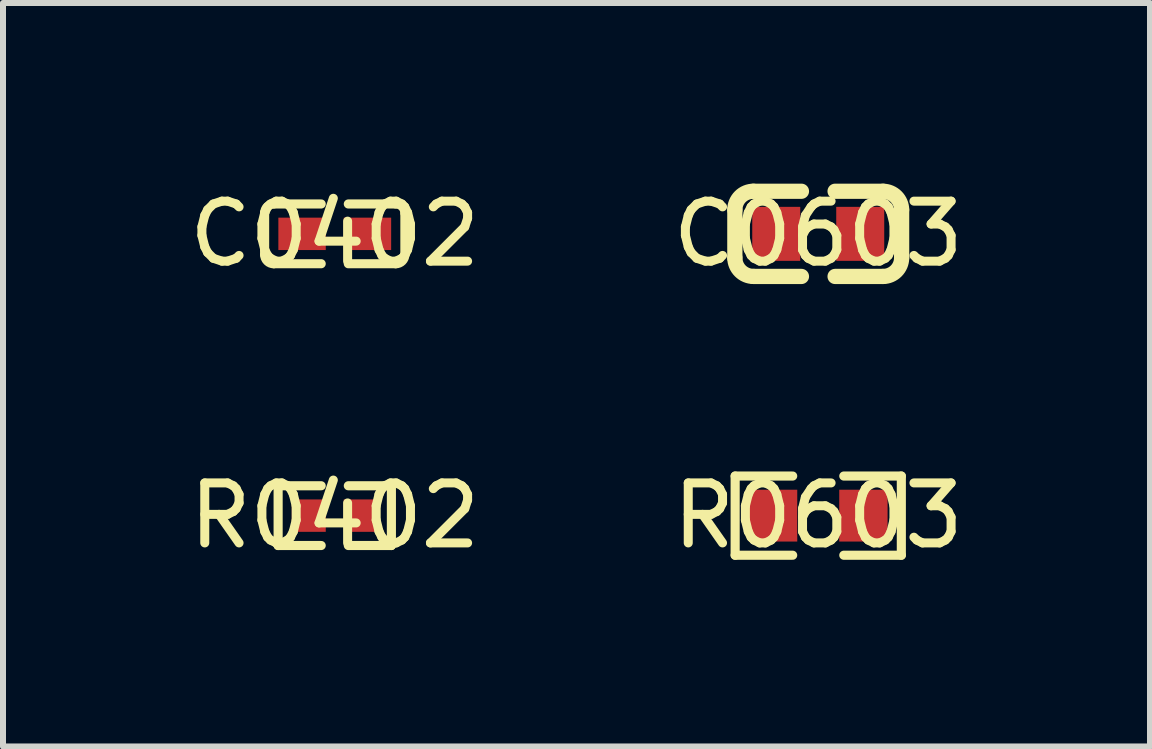
<source format=kicad_pcb>
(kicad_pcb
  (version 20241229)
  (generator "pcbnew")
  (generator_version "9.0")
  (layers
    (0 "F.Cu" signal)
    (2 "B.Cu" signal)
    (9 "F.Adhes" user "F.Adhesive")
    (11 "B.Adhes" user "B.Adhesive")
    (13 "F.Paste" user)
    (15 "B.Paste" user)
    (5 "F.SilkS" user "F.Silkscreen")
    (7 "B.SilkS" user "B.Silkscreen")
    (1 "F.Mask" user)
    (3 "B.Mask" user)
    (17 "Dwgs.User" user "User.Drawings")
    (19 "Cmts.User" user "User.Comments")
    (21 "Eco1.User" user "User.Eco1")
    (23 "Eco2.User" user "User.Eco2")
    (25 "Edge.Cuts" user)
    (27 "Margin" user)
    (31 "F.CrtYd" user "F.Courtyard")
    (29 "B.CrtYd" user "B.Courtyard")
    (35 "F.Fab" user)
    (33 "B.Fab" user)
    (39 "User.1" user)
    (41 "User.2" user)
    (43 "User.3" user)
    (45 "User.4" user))
  (footprint "C0402"
    (layer "F.Cu")
    (at 2.53 0.848)
    (property "Reference" "C0402" (at 0 0 0) (layer "F.SilkS") (effects (font (size 1 1) (thickness 0.15))))
    (fp_line (start -1.169 0.346) (end -1.169 -0.346) (stroke (width 0.152) (type default)) (layer "F.SilkS"))
    (fp_line (start -1.016 -0.498) (end -0.226 -0.498) (stroke (width 0.152) (type default)) (layer "F.SilkS"))
    (fp_line (start -0.226 0.498) (end -1.016 0.498) (stroke (width 0.152) (type default)) (layer "F.SilkS"))
    (fp_line (start 0.226 0.498) (end 1.016 0.498) (stroke (width 0.152) (type default)) (layer "F.SilkS"))
    (fp_line (start 1.016 -0.498) (end 0.226 -0.498) (stroke (width 0.152) (type default)) (layer "F.SilkS"))
    (fp_line (start 1.169 0.346) (end 1.169 -0.346) (stroke (width 0.152) (type default)) (layer "F.SilkS"))
    (fp_arc (start -1.1685 -0.346) (mid -1.12398 -0.45348) (end -1.0165 -0.4985) (stroke (width 0.1525) (type default)) (layer "F.SilkS"))
    (fp_arc (start -1.0165 0.4985) (mid -1.124334 0.453834) (end -1.1685 0.346) (stroke (width 0.1525) (type default)) (layer "F.SilkS"))
    (fp_arc (start 1.0165 -0.4985) (mid 1.124334 -0.453834) (end 1.1685 -0.346) (stroke (width 0.1525) (type default)) (layer "F.SilkS"))
    (fp_arc (start 1.1685 0.346) (mid 1.12398 0.45348) (end 1.0165 0.4985) (stroke (width 0.1525) (type default)) (layer "F.SilkS"))
    (fp_poly (pts (xy -0.18 -0.225) (xy -0.18 0.225) (xy -0.25 0.275) (xy -0.73 0.275) (xy -0.78 0.225) (xy -0.78 -0.225) (xy -0.73 -0.275) (xy -0.25 -0.275)) (stroke (width 0) (type default)) (fill yes) (layer "F.Paste"))
    (fp_poly (pts (xy 0.78 -0.225) (xy 0.78 0.225) (xy 0.73 0.275) (xy 0.25 0.275) (xy 0.18 0.225) (xy 0.18 -0.225) (xy 0.25 -0.275) (xy 0.73 -0.275)) (stroke (width 0) (type default)) (fill yes) (layer "F.Paste"))
    (fp_poly (pts (xy -0.5 0.25) (xy -0.5 -0.25) (xy -0.25 -0.25) (xy -0.25 0.25)) (stroke (width 0.1) (type default)) (fill no) (layer "User.1"))
    (fp_poly (pts (xy 0.5 0.25) (xy 0.5 -0.25) (xy 0.25 -0.25) (xy 0.25 0.25)) (stroke (width 0.1) (type default)) (fill no) (layer "User.1"))
    (fp_line (start -0.5 -0.25) (end 0.5 -0.25) (stroke (width 0.051) (type default)) (layer "User.2"))
    (fp_line (start -0.5 0.25) (end -0.5 -0.25) (stroke (width 0.051) (type default)) (layer "User.2"))
    (fp_line (start 0.5 -0.25) (end 0.5 0.25) (stroke (width 0.051) (type default)) (layer "User.2"))
    (fp_line (start 0.5 0.25) (end -0.5 0.25) (stroke (width 0.051) (type default)) (layer "User.2"))
    (fp_poly (pts (xy -0.44 0.25) (xy -0.458 0.208) (xy -0.5 0.19) (xy -0.542 0.208) (xy -0.56 0.25) (xy -0.542 0.292) (xy -0.5 0.31) (xy -0.458 0.292)) (stroke (width 0.1) (type default)) (fill no) (layer "User.3"))
    (pad "1" smd rect (at -0.545 0) (size 0.79 0.54) (layers "F.Cu" "F.Mask" "F.Paste"))
    (pad "2" smd rect (at 0.545 0) (size 0.79 0.54) (layers "F.Cu" "F.Mask" "F.Paste")))
  (footprint "R0603"
    (layer "F.Cu")
    (at 10.589 5.545)
    (property "Reference" "R0603" (at 0 0 0) (layer "F.SilkS") (effects (font (size 1 1) (thickness 0.15))))
    (fp_line (start -1.385 -0.66) (end -0.426 -0.66) (stroke (width 0.152) (type default)) (layer "F.SilkS"))
    (fp_line (start -1.385 0.66) (end -1.385 -0.66) (stroke (width 0.152) (type default)) (layer "F.SilkS"))
    (fp_line (start -0.426 0.66) (end -1.385 0.66) (stroke (width 0.152) (type default)) (layer "F.SilkS"))
    (fp_line (start 0.426 0.66) (end 1.385 0.66) (stroke (width 0.152) (type default)) (layer "F.SilkS"))
    (fp_line (start 1.385 -0.66) (end 0.426 -0.66) (stroke (width 0.152) (type default)) (layer "F.SilkS"))
    (fp_line (start 1.385 0.66) (end 1.385 -0.66) (stroke (width 0.152) (type default)) (layer "F.SilkS"))
    (fp_poly (pts (xy -1.195 0.45) (xy -0.395 0.45) (xy -0.345 0.4) (xy -0.345 0.172) (xy -0.715 0.172) (xy -0.715 -0.158) (xy -0.345 -0.158) (xy -0.345 -0.4) (xy -0.395 -0.45) (xy -1.195 -0.45) (xy -1.245 -0.4) (xy -1.245 0.4)) (stroke (width 0) (type default)) (fill yes) (layer "F.Paste"))
    (fp_poly (pts (xy 1.195 -0.45) (xy 0.395 -0.45) (xy 0.345 -0.4) (xy 0.345 -0.172) (xy 0.715 -0.172) (xy 0.715 0.158) (xy 0.345 0.158) (xy 0.345 0.4) (xy 0.395 0.45) (xy 1.195 0.45) (xy 1.245 0.4) (xy 1.245 -0.4)) (stroke (width 0) (type default)) (fill yes) (layer "F.Paste"))
    (fp_poly (pts (xy -0.8 0.4) (xy -0.8 -0.4) (xy -0.5 -0.4) (xy -0.5 0.4)) (stroke (width 0.1) (type default)) (fill no) (layer "User.1"))
    (fp_poly (pts (xy 0.8 0.4) (xy 0.8 -0.4) (xy 0.5 -0.4) (xy 0.5 0.4)) (stroke (width 0.1) (type default)) (fill no) (layer "User.1"))
    (fp_line (start -0.8 -0.4) (end 0.8 -0.4) (stroke (width 0.051) (type default)) (layer "User.2"))
    (fp_line (start -0.8 0.4) (end -0.8 -0.4) (stroke (width 0.051) (type default)) (layer "User.2"))
    (fp_line (start 0.8 -0.4) (end 0.8 0.4) (stroke (width 0.051) (type default)) (layer "User.2"))
    (fp_line (start 0.8 0.4) (end -0.8 0.4) (stroke (width 0.051) (type default)) (layer "User.2"))
    (fp_poly (pts (xy -0.74 0.4) (xy -0.758 0.358) (xy -0.8 0.34) (xy -0.842 0.358) (xy -0.86 0.4) (xy -0.842 0.442) (xy -0.8 0.46) (xy -0.758 0.442)) (stroke (width 0.1) (type default)) (fill no) (layer "User.3"))
    (pad "1" smd rect (at -0.753 0) (size 0.806 0.864) (layers "F.Cu" "F.Mask" "F.Paste"))
    (pad "2" smd rect (at 0.753 0) (size 0.806 0.864) (layers "F.Cu" "F.Mask" "F.Paste")))
  (footprint "C0603"
    (layer "F.Cu")
    (at 10.589 0.848)
    (property "Reference" "C0603" (at 0 0 0) (layer "F.SilkS") (effects (font (size 1 1) (thickness 0.15))))
    (fp_line (start -1.39 0.4) (end -1.39 -0.401) (stroke (width 0.254) (type default)) (layer "F.SilkS"))
    (fp_line (start -0.28 -0.71) (end -1.08 -0.71) (stroke (width 0.254) (type default)) (layer "F.SilkS"))
    (fp_line (start -0.28 0.71) (end -1.08 0.71) (stroke (width 0.254) (type default)) (layer "F.SilkS"))
    (fp_line (start 0.281 -0.71) (end 1.08 -0.71) (stroke (width 0.254) (type default)) (layer "F.SilkS"))
    (fp_line (start 0.281 0.71) (end 1.08 0.71) (stroke (width 0.254) (type default)) (layer "F.SilkS"))
    (fp_line (start 1.39 -0.4) (end 1.39 0.401) (stroke (width 0.254) (type default)) (layer "F.SilkS"))
    (fp_arc (start -1.39 -0.4) (mid -1.29938 -0.619527) (end -1.08 -0.71) (stroke (width 0.254) (type default)) (layer "F.SilkS"))
    (fp_arc (start -1.08 0.7095) (mid -1.299203 0.618703) (end -1.39 0.3995) (stroke (width 0.254) (type default)) (layer "F.SilkS"))
    (fp_arc (start 1.08 -0.7095) (mid 1.29885 -0.61885) (end 1.39 -0.4) (stroke (width 0.254) (type default)) (layer "F.SilkS"))
    (fp_arc (start 1.39 0.4) (mid 1.299203 0.619203) (end 1.08 0.71) (stroke (width 0.254) (type default)) (layer "F.SilkS"))
    (fp_poly (pts (xy -0.8 0.4) (xy -0.8 -0.4) (xy -0.5 -0.4) (xy -0.5 0.4)) (stroke (width 0.1) (type default)) (fill no) (layer "User.1"))
    (fp_poly (pts (xy 0.8 0.4) (xy 0.8 -0.4) (xy 0.5 -0.4) (xy 0.5 0.4)) (stroke (width 0.1) (type default)) (fill no) (layer "User.1"))
    (fp_line (start -0.8 -0.4) (end 0.8 -0.4) (stroke (width 0.051) (type default)) (layer "User.2"))
    (fp_line (start -0.8 0.4) (end -0.8 -0.4) (stroke (width 0.051) (type default)) (layer "User.2"))
    (fp_line (start 0.8 -0.4) (end 0.8 0.4) (stroke (width 0.051) (type default)) (layer "User.2"))
    (fp_line (start 0.8 0.4) (end -0.8 0.4) (stroke (width 0.051) (type default)) (layer "User.2"))
    (fp_poly (pts (xy -0.74 0.4) (xy -0.758 0.358) (xy -0.8 0.34) (xy -0.842 0.358) (xy -0.86 0.4) (xy -0.842 0.442) (xy -0.8 0.46) (xy -0.758 0.442)) (stroke (width 0.1) (type default)) (fill no) (layer "User.3"))
    (pad "1" smd rect (at -0.7 0) (size 0.8 0.9) (layers "F.Cu" "F.Mask" "F.Paste"))
    (pad "2" smd rect (at 0.7 0) (size 0.8 0.9) (layers "F.Cu" "F.Mask" "F.Paste")))
  (footprint "R0402"
    (layer "F.Cu")
    (at 2.53 5.545)
    (property "Reference" "R0402" (at 0 0 0) (layer "F.SilkS") (effects (font (size 1 1) (thickness 0.15))))
    (fp_line (start -0.944 -0.498) (end -0.226 -0.498) (stroke (width 0.152) (type default)) (layer "F.SilkS"))
    (fp_line (start -0.944 0.498) (end -0.944 -0.498) (stroke (width 0.152) (type default)) (layer "F.SilkS"))
    (fp_line (start -0.226 0.498) (end -0.944 0.498) (stroke (width 0.152) (type default)) (layer "F.SilkS"))
    (fp_line (start 0.226 0.498) (end 0.944 0.498) (stroke (width 0.152) (type default)) (layer "F.SilkS"))
    (fp_line (start 0.944 -0.498) (end 0.226 -0.498) (stroke (width 0.152) (type default)) (layer "F.SilkS"))
    (fp_line (start 0.944 0.498) (end 0.944 -0.498) (stroke (width 0.152) (type default)) (layer "F.SilkS"))
    (fp_poly (pts (xy -0.135 0.23) (xy -0.135 -0.23) (xy -0.175 -0.27) (xy -0.675 -0.27) (xy -0.716 -0.23) (xy -0.716 0.23) (xy -0.675 0.27) (xy -0.175 0.27)) (stroke (width 0) (type default)) (fill yes) (layer "F.Paste"))
    (fp_poly (pts (xy 0.135 0.23) (xy 0.135 -0.23) (xy 0.175 -0.27) (xy 0.675 -0.27) (xy 0.716 -0.23) (xy 0.716 0.23) (xy 0.675 0.27) (xy 0.175 0.27)) (stroke (width 0) (type default)) (fill yes) (layer "F.Paste"))
    (fp_poly (pts (xy -0.249 -0.25) (xy -0.249 0.25) (xy -0.499 0.25) (xy -0.499 -0.25)) (stroke (width 0.1) (type default)) (fill no) (layer "User.1"))
    (fp_poly (pts (xy 0.252 0.25) (xy 0.252 -0.25) (xy 0.501 -0.25) (xy 0.501 0.25)) (stroke (width 0.1) (type default)) (fill no) (layer "User.1"))
    (fp_line (start -0.5 -0.25) (end 0.5 -0.25) (stroke (width 0.051) (type default)) (layer "User.2"))
    (fp_line (start -0.5 0.25) (end -0.5 -0.25) (stroke (width 0.051) (type default)) (layer "User.2"))
    (fp_line (start 0.5 -0.25) (end 0.5 0.25) (stroke (width 0.051) (type default)) (layer "User.2"))
    (fp_line (start 0.5 0.25) (end -0.5 0.25) (stroke (width 0.051) (type default)) (layer "User.2"))
    (fp_poly (pts (xy -0.44 0.25) (xy -0.458 0.208) (xy -0.5 0.19) (xy -0.542 0.208) (xy -0.56 0.25) (xy -0.542 0.292) (xy -0.5 0.31) (xy -0.458 0.292)) (stroke (width 0.1) (type default)) (fill no) (layer "User.3"))
    (pad "1" smd rect (at -0.433 0) (size 0.566 0.54) (layers "F.Cu" "F.Mask" "F.Paste"))
    (pad "2" smd rect (at 0.433 0) (size 0.566 0.54) (layers "F.Cu" "F.Mask" "F.Paste")))
  (gr_rect
    (start -3 -3)
    (end 16.119 9.393)
    (stroke (width 0.1) (type default))
    (fill no)
    (layer "Edge.Cuts")))
</source>
